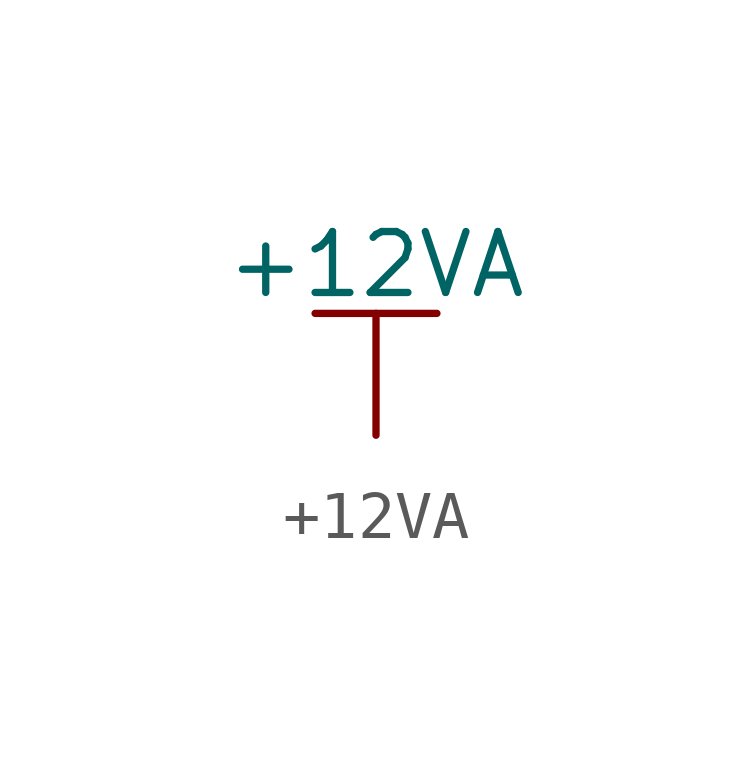
<source format=kicad_sym>
(kicad_symbol_lib
  (version 20220914)
  (generator kicad_symbol_editor)
  (symbol "+12VA"
    (power)
    (pin_names
      (offset 0))
    (property "Reference" "#PWR"
      (at 0 -3.81 0)
      (effects (font (size 1.27 1.27)) hide))
    (property "Value" "+12VA"
      (at 0 3.556 0)
      (effects (font (size 1.27 1.27))))
    (symbol "+12VA_0_1"
      (polyline (pts (xy -1.27 2.54) (xy 1.27 2.54)) (stroke (width 0) (type solid)) (fill (type none)))
      (polyline (pts (xy 0 0) (xy 0 2.54)) (stroke (width 0) (type solid)) (fill (type none))))
    (symbol "+12VA_1_1"
      (pin power_in line (at 0 0 90) (length 0) hide (name "+12VA" (effects (font (size 1.27 1.27)))) (number "1" (effects (font (size 1.27 1.27))))))))
</source>
